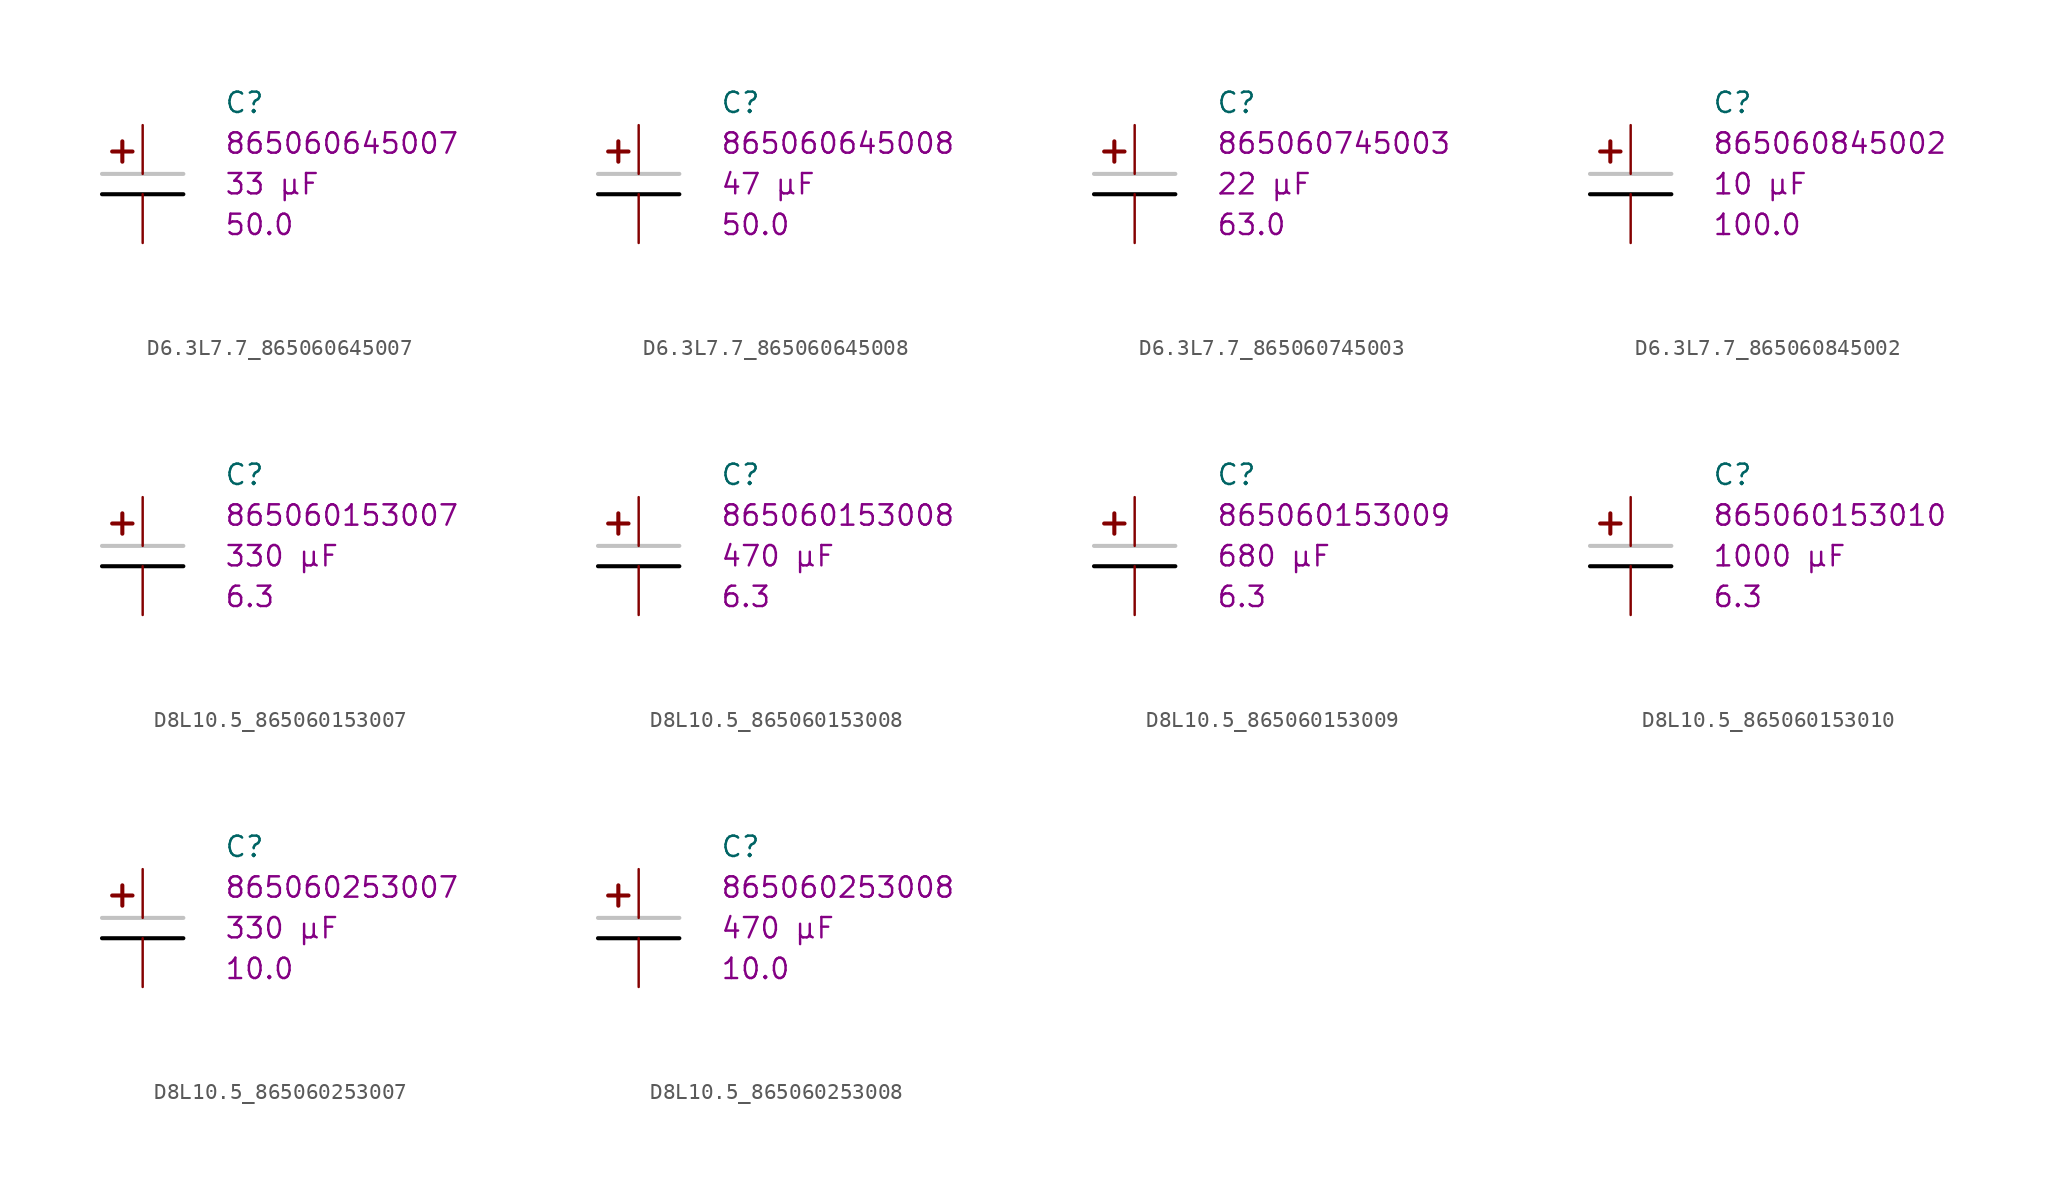
<source format=kicad_sym>
(kicad_symbol_lib
  (version 20220914)
  (generator kicad_symbol_editor)
  (symbol "D6.3L7.7_865060645007"
    (pin_numbers hide)
    (pin_names hide)
    (property "Reference" "C"
      (at 5.08 5.08 0)
      (effects (font (size 1.27 1.27)) (justify left)))
    (property "Part Number" "865060645007"
      (at 5.08 2.54 0)
      (effects (font (size 1.27 1.27)) (justify left)))
    (property "Capacitance" "33 µF"
      (at 5.08 0 0)
      (effects (font (size 1.27 1.27)) (justify left)))
    (property "Voltage" "50.0"
      (at 5.08 -2.54 0)
      (effects (font (size 1.27 1.27)) (justify left)))
    (property "Critical Parameter" ""
      (at 0 -7.62 0)
      (effects (font (size 1.27 1.27))))
    (symbol "D6.3L7.7_865060645007_1_1"
      (polyline (pts (xy -1.27 2.667) (xy -1.27 1.397)) (stroke (width 0.254) (type default)) (fill (type none)))
      (polyline (pts (xy -0.635 2.032) (xy -1.905 2.032)) (stroke (width 0.254) (type default)) (fill (type none)))
      (polyline (pts (xy 2.54 -0.635) (xy -2.54 -0.635)) (stroke (width 0.254) (type default) (color 0 0 0 1)) (fill (type none)))
      (polyline (pts (xy 2.54 0.635) (xy -2.54 0.635)) (stroke (width 0.254) (type default) (color 194 194 194 1)) (fill (type none)))
      (pin passive line (at 0 3.679 270) (length 3.044) (name "1" (effects (font (size 1.27 1.27)))) (number "1" (effects (font (size 1.27 1.27)))))
      (pin passive line (at 0 -3.679 90) (length 3.044) (name "2" (effects (font (size 1.27 1.27)))) (number "2" (effects (font (size 1.27 1.27)))))))
  (symbol "D6.3L7.7_865060645008"
    (pin_numbers hide)
    (pin_names hide)
    (property "Reference" "C"
      (at 5.08 5.08 0)
      (effects (font (size 1.27 1.27)) (justify left)))
    (property "Part Number" "865060645008"
      (at 5.08 2.54 0)
      (effects (font (size 1.27 1.27)) (justify left)))
    (property "Capacitance" "47 µF"
      (at 5.08 0 0)
      (effects (font (size 1.27 1.27)) (justify left)))
    (property "Voltage" "50.0"
      (at 5.08 -2.54 0)
      (effects (font (size 1.27 1.27)) (justify left)))
    (property "Critical Parameter" ""
      (at 0 -7.62 0)
      (effects (font (size 1.27 1.27))))
    (symbol "D6.3L7.7_865060645008_1_1"
      (polyline (pts (xy -1.27 2.667) (xy -1.27 1.397)) (stroke (width 0.254) (type default)) (fill (type none)))
      (polyline (pts (xy -0.635 2.032) (xy -1.905 2.032)) (stroke (width 0.254) (type default)) (fill (type none)))
      (polyline (pts (xy 2.54 -0.635) (xy -2.54 -0.635)) (stroke (width 0.254) (type default) (color 0 0 0 1)) (fill (type none)))
      (polyline (pts (xy 2.54 0.635) (xy -2.54 0.635)) (stroke (width 0.254) (type default) (color 194 194 194 1)) (fill (type none)))
      (pin passive line (at 0 3.679 270) (length 3.044) (name "1" (effects (font (size 1.27 1.27)))) (number "1" (effects (font (size 1.27 1.27)))))
      (pin passive line (at 0 -3.679 90) (length 3.044) (name "2" (effects (font (size 1.27 1.27)))) (number "2" (effects (font (size 1.27 1.27)))))))
  (symbol "D6.3L7.7_865060745003"
    (pin_numbers hide)
    (pin_names hide)
    (property "Reference" "C"
      (at 5.08 5.08 0)
      (effects (font (size 1.27 1.27)) (justify left)))
    (property "Part Number" "865060745003"
      (at 5.08 2.54 0)
      (effects (font (size 1.27 1.27)) (justify left)))
    (property "Capacitance" "22 µF"
      (at 5.08 0 0)
      (effects (font (size 1.27 1.27)) (justify left)))
    (property "Voltage" "63.0"
      (at 5.08 -2.54 0)
      (effects (font (size 1.27 1.27)) (justify left)))
    (property "Critical Parameter" ""
      (at 0 -7.62 0)
      (effects (font (size 1.27 1.27))))
    (symbol "D6.3L7.7_865060745003_1_1"
      (polyline (pts (xy -1.27 2.667) (xy -1.27 1.397)) (stroke (width 0.254) (type default)) (fill (type none)))
      (polyline (pts (xy -0.635 2.032) (xy -1.905 2.032)) (stroke (width 0.254) (type default)) (fill (type none)))
      (polyline (pts (xy 2.54 -0.635) (xy -2.54 -0.635)) (stroke (width 0.254) (type default) (color 0 0 0 1)) (fill (type none)))
      (polyline (pts (xy 2.54 0.635) (xy -2.54 0.635)) (stroke (width 0.254) (type default) (color 194 194 194 1)) (fill (type none)))
      (pin passive line (at 0 3.679 270) (length 3.044) (name "1" (effects (font (size 1.27 1.27)))) (number "1" (effects (font (size 1.27 1.27)))))
      (pin passive line (at 0 -3.679 90) (length 3.044) (name "2" (effects (font (size 1.27 1.27)))) (number "2" (effects (font (size 1.27 1.27)))))))
  (symbol "D6.3L7.7_865060845002"
    (pin_numbers hide)
    (pin_names hide)
    (property "Reference" "C"
      (at 5.08 5.08 0)
      (effects (font (size 1.27 1.27)) (justify left)))
    (property "Part Number" "865060845002"
      (at 5.08 2.54 0)
      (effects (font (size 1.27 1.27)) (justify left)))
    (property "Capacitance" "10 µF"
      (at 5.08 0 0)
      (effects (font (size 1.27 1.27)) (justify left)))
    (property "Voltage" "100.0"
      (at 5.08 -2.54 0)
      (effects (font (size 1.27 1.27)) (justify left)))
    (property "Critical Parameter" ""
      (at 0 -7.62 0)
      (effects (font (size 1.27 1.27))))
    (symbol "D6.3L7.7_865060845002_1_1"
      (polyline (pts (xy -1.27 2.667) (xy -1.27 1.397)) (stroke (width 0.254) (type default)) (fill (type none)))
      (polyline (pts (xy -0.635 2.032) (xy -1.905 2.032)) (stroke (width 0.254) (type default)) (fill (type none)))
      (polyline (pts (xy 2.54 -0.635) (xy -2.54 -0.635)) (stroke (width 0.254) (type default) (color 0 0 0 1)) (fill (type none)))
      (polyline (pts (xy 2.54 0.635) (xy -2.54 0.635)) (stroke (width 0.254) (type default) (color 194 194 194 1)) (fill (type none)))
      (pin passive line (at 0 3.679 270) (length 3.044) (name "1" (effects (font (size 1.27 1.27)))) (number "1" (effects (font (size 1.27 1.27)))))
      (pin passive line (at 0 -3.679 90) (length 3.044) (name "2" (effects (font (size 1.27 1.27)))) (number "2" (effects (font (size 1.27 1.27)))))))
  (symbol "D8L10.5_865060153007"
    (pin_numbers hide)
    (pin_names hide)
    (property "Reference" "C"
      (at 5.08 5.08 0)
      (effects (font (size 1.27 1.27)) (justify left)))
    (property "Part Number" "865060153007"
      (at 5.08 2.54 0)
      (effects (font (size 1.27 1.27)) (justify left)))
    (property "Capacitance" "330 µF"
      (at 5.08 0 0)
      (effects (font (size 1.27 1.27)) (justify left)))
    (property "Voltage" "6.3"
      (at 5.08 -2.54 0)
      (effects (font (size 1.27 1.27)) (justify left)))
    (property "Critical Parameter" ""
      (at 0 -7.62 0)
      (effects (font (size 1.27 1.27))))
    (symbol "D8L10.5_865060153007_1_1"
      (polyline (pts (xy -1.27 2.667) (xy -1.27 1.397)) (stroke (width 0.254) (type default)) (fill (type none)))
      (polyline (pts (xy -0.635 2.032) (xy -1.905 2.032)) (stroke (width 0.254) (type default)) (fill (type none)))
      (polyline (pts (xy 2.54 -0.635) (xy -2.54 -0.635)) (stroke (width 0.254) (type default) (color 0 0 0 1)) (fill (type none)))
      (polyline (pts (xy 2.54 0.635) (xy -2.54 0.635)) (stroke (width 0.254) (type default) (color 194 194 194 1)) (fill (type none)))
      (pin passive line (at 0 3.679 270) (length 3.044) (name "1" (effects (font (size 1.27 1.27)))) (number "1" (effects (font (size 1.27 1.27)))))
      (pin passive line (at 0 -3.679 90) (length 3.044) (name "2" (effects (font (size 1.27 1.27)))) (number "2" (effects (font (size 1.27 1.27)))))))
  (symbol "D8L10.5_865060153008"
    (pin_numbers hide)
    (pin_names hide)
    (property "Reference" "C"
      (at 5.08 5.08 0)
      (effects (font (size 1.27 1.27)) (justify left)))
    (property "Part Number" "865060153008"
      (at 5.08 2.54 0)
      (effects (font (size 1.27 1.27)) (justify left)))
    (property "Capacitance" "470 µF"
      (at 5.08 0 0)
      (effects (font (size 1.27 1.27)) (justify left)))
    (property "Voltage" "6.3"
      (at 5.08 -2.54 0)
      (effects (font (size 1.27 1.27)) (justify left)))
    (property "Critical Parameter" ""
      (at 0 -7.62 0)
      (effects (font (size 1.27 1.27))))
    (symbol "D8L10.5_865060153008_1_1"
      (polyline (pts (xy -1.27 2.667) (xy -1.27 1.397)) (stroke (width 0.254) (type default)) (fill (type none)))
      (polyline (pts (xy -0.635 2.032) (xy -1.905 2.032)) (stroke (width 0.254) (type default)) (fill (type none)))
      (polyline (pts (xy 2.54 -0.635) (xy -2.54 -0.635)) (stroke (width 0.254) (type default) (color 0 0 0 1)) (fill (type none)))
      (polyline (pts (xy 2.54 0.635) (xy -2.54 0.635)) (stroke (width 0.254) (type default) (color 194 194 194 1)) (fill (type none)))
      (pin passive line (at 0 3.679 270) (length 3.044) (name "1" (effects (font (size 1.27 1.27)))) (number "1" (effects (font (size 1.27 1.27)))))
      (pin passive line (at 0 -3.679 90) (length 3.044) (name "2" (effects (font (size 1.27 1.27)))) (number "2" (effects (font (size 1.27 1.27)))))))
  (symbol "D8L10.5_865060153009"
    (pin_numbers hide)
    (pin_names hide)
    (property "Reference" "C"
      (at 5.08 5.08 0)
      (effects (font (size 1.27 1.27)) (justify left)))
    (property "Part Number" "865060153009"
      (at 5.08 2.54 0)
      (effects (font (size 1.27 1.27)) (justify left)))
    (property "Capacitance" "680 µF"
      (at 5.08 0 0)
      (effects (font (size 1.27 1.27)) (justify left)))
    (property "Voltage" "6.3"
      (at 5.08 -2.54 0)
      (effects (font (size 1.27 1.27)) (justify left)))
    (property "Critical Parameter" ""
      (at 0 -7.62 0)
      (effects (font (size 1.27 1.27))))
    (symbol "D8L10.5_865060153009_1_1"
      (polyline (pts (xy -1.27 2.667) (xy -1.27 1.397)) (stroke (width 0.254) (type default)) (fill (type none)))
      (polyline (pts (xy -0.635 2.032) (xy -1.905 2.032)) (stroke (width 0.254) (type default)) (fill (type none)))
      (polyline (pts (xy 2.54 -0.635) (xy -2.54 -0.635)) (stroke (width 0.254) (type default) (color 0 0 0 1)) (fill (type none)))
      (polyline (pts (xy 2.54 0.635) (xy -2.54 0.635)) (stroke (width 0.254) (type default) (color 194 194 194 1)) (fill (type none)))
      (pin passive line (at 0 3.679 270) (length 3.044) (name "1" (effects (font (size 1.27 1.27)))) (number "1" (effects (font (size 1.27 1.27)))))
      (pin passive line (at 0 -3.679 90) (length 3.044) (name "2" (effects (font (size 1.27 1.27)))) (number "2" (effects (font (size 1.27 1.27)))))))
  (symbol "D8L10.5_865060153010"
    (pin_numbers hide)
    (pin_names hide)
    (property "Reference" "C"
      (at 5.08 5.08 0)
      (effects (font (size 1.27 1.27)) (justify left)))
    (property "Part Number" "865060153010"
      (at 5.08 2.54 0)
      (effects (font (size 1.27 1.27)) (justify left)))
    (property "Capacitance" "1000 µF"
      (at 5.08 0 0)
      (effects (font (size 1.27 1.27)) (justify left)))
    (property "Voltage" "6.3"
      (at 5.08 -2.54 0)
      (effects (font (size 1.27 1.27)) (justify left)))
    (property "Critical Parameter" ""
      (at 0 -7.62 0)
      (effects (font (size 1.27 1.27))))
    (symbol "D8L10.5_865060153010_1_1"
      (polyline (pts (xy -1.27 2.667) (xy -1.27 1.397)) (stroke (width 0.254) (type default)) (fill (type none)))
      (polyline (pts (xy -0.635 2.032) (xy -1.905 2.032)) (stroke (width 0.254) (type default)) (fill (type none)))
      (polyline (pts (xy 2.54 -0.635) (xy -2.54 -0.635)) (stroke (width 0.254) (type default) (color 0 0 0 1)) (fill (type none)))
      (polyline (pts (xy 2.54 0.635) (xy -2.54 0.635)) (stroke (width 0.254) (type default) (color 194 194 194 1)) (fill (type none)))
      (pin passive line (at 0 3.679 270) (length 3.044) (name "1" (effects (font (size 1.27 1.27)))) (number "1" (effects (font (size 1.27 1.27)))))
      (pin passive line (at 0 -3.679 90) (length 3.044) (name "2" (effects (font (size 1.27 1.27)))) (number "2" (effects (font (size 1.27 1.27)))))))
  (symbol "D8L10.5_865060253007"
    (pin_numbers hide)
    (pin_names hide)
    (property "Reference" "C"
      (at 5.08 5.08 0)
      (effects (font (size 1.27 1.27)) (justify left)))
    (property "Part Number" "865060253007"
      (at 5.08 2.54 0)
      (effects (font (size 1.27 1.27)) (justify left)))
    (property "Capacitance" "330 µF"
      (at 5.08 0 0)
      (effects (font (size 1.27 1.27)) (justify left)))
    (property "Voltage" "10.0"
      (at 5.08 -2.54 0)
      (effects (font (size 1.27 1.27)) (justify left)))
    (property "Critical Parameter" ""
      (at 0 -7.62 0)
      (effects (font (size 1.27 1.27))))
    (symbol "D8L10.5_865060253007_1_1"
      (polyline (pts (xy -1.27 2.667) (xy -1.27 1.397)) (stroke (width 0.254) (type default)) (fill (type none)))
      (polyline (pts (xy -0.635 2.032) (xy -1.905 2.032)) (stroke (width 0.254) (type default)) (fill (type none)))
      (polyline (pts (xy 2.54 -0.635) (xy -2.54 -0.635)) (stroke (width 0.254) (type default) (color 0 0 0 1)) (fill (type none)))
      (polyline (pts (xy 2.54 0.635) (xy -2.54 0.635)) (stroke (width 0.254) (type default) (color 194 194 194 1)) (fill (type none)))
      (pin passive line (at 0 3.679 270) (length 3.044) (name "1" (effects (font (size 1.27 1.27)))) (number "1" (effects (font (size 1.27 1.27)))))
      (pin passive line (at 0 -3.679 90) (length 3.044) (name "2" (effects (font (size 1.27 1.27)))) (number "2" (effects (font (size 1.27 1.27)))))))
  (symbol "D8L10.5_865060253008"
    (pin_numbers hide)
    (pin_names hide)
    (property "Reference" "C"
      (at 5.08 5.08 0)
      (effects (font (size 1.27 1.27)) (justify left)))
    (property "Part Number" "865060253008"
      (at 5.08 2.54 0)
      (effects (font (size 1.27 1.27)) (justify left)))
    (property "Capacitance" "470 µF"
      (at 5.08 0 0)
      (effects (font (size 1.27 1.27)) (justify left)))
    (property "Voltage" "10.0"
      (at 5.08 -2.54 0)
      (effects (font (size 1.27 1.27)) (justify left)))
    (property "Critical Parameter" ""
      (at 0 -7.62 0)
      (effects (font (size 1.27 1.27))))
    (symbol "D8L10.5_865060253008_1_1"
      (polyline (pts (xy -1.27 2.667) (xy -1.27 1.397)) (stroke (width 0.254) (type default)) (fill (type none)))
      (polyline (pts (xy -0.635 2.032) (xy -1.905 2.032)) (stroke (width 0.254) (type default)) (fill (type none)))
      (polyline (pts (xy 2.54 -0.635) (xy -2.54 -0.635)) (stroke (width 0.254) (type default) (color 0 0 0 1)) (fill (type none)))
      (polyline (pts (xy 2.54 0.635) (xy -2.54 0.635)) (stroke (width 0.254) (type default) (color 194 194 194 1)) (fill (type none)))
      (pin passive line (at 0 3.679 270) (length 3.044) (name "1" (effects (font (size 1.27 1.27)))) (number "1" (effects (font (size 1.27 1.27)))))
      (pin passive line (at 0 -3.679 90) (length 3.044) (name "2" (effects (font (size 1.27 1.27)))) (number "2" (effects (font (size 1.27 1.27))))))))
</source>
